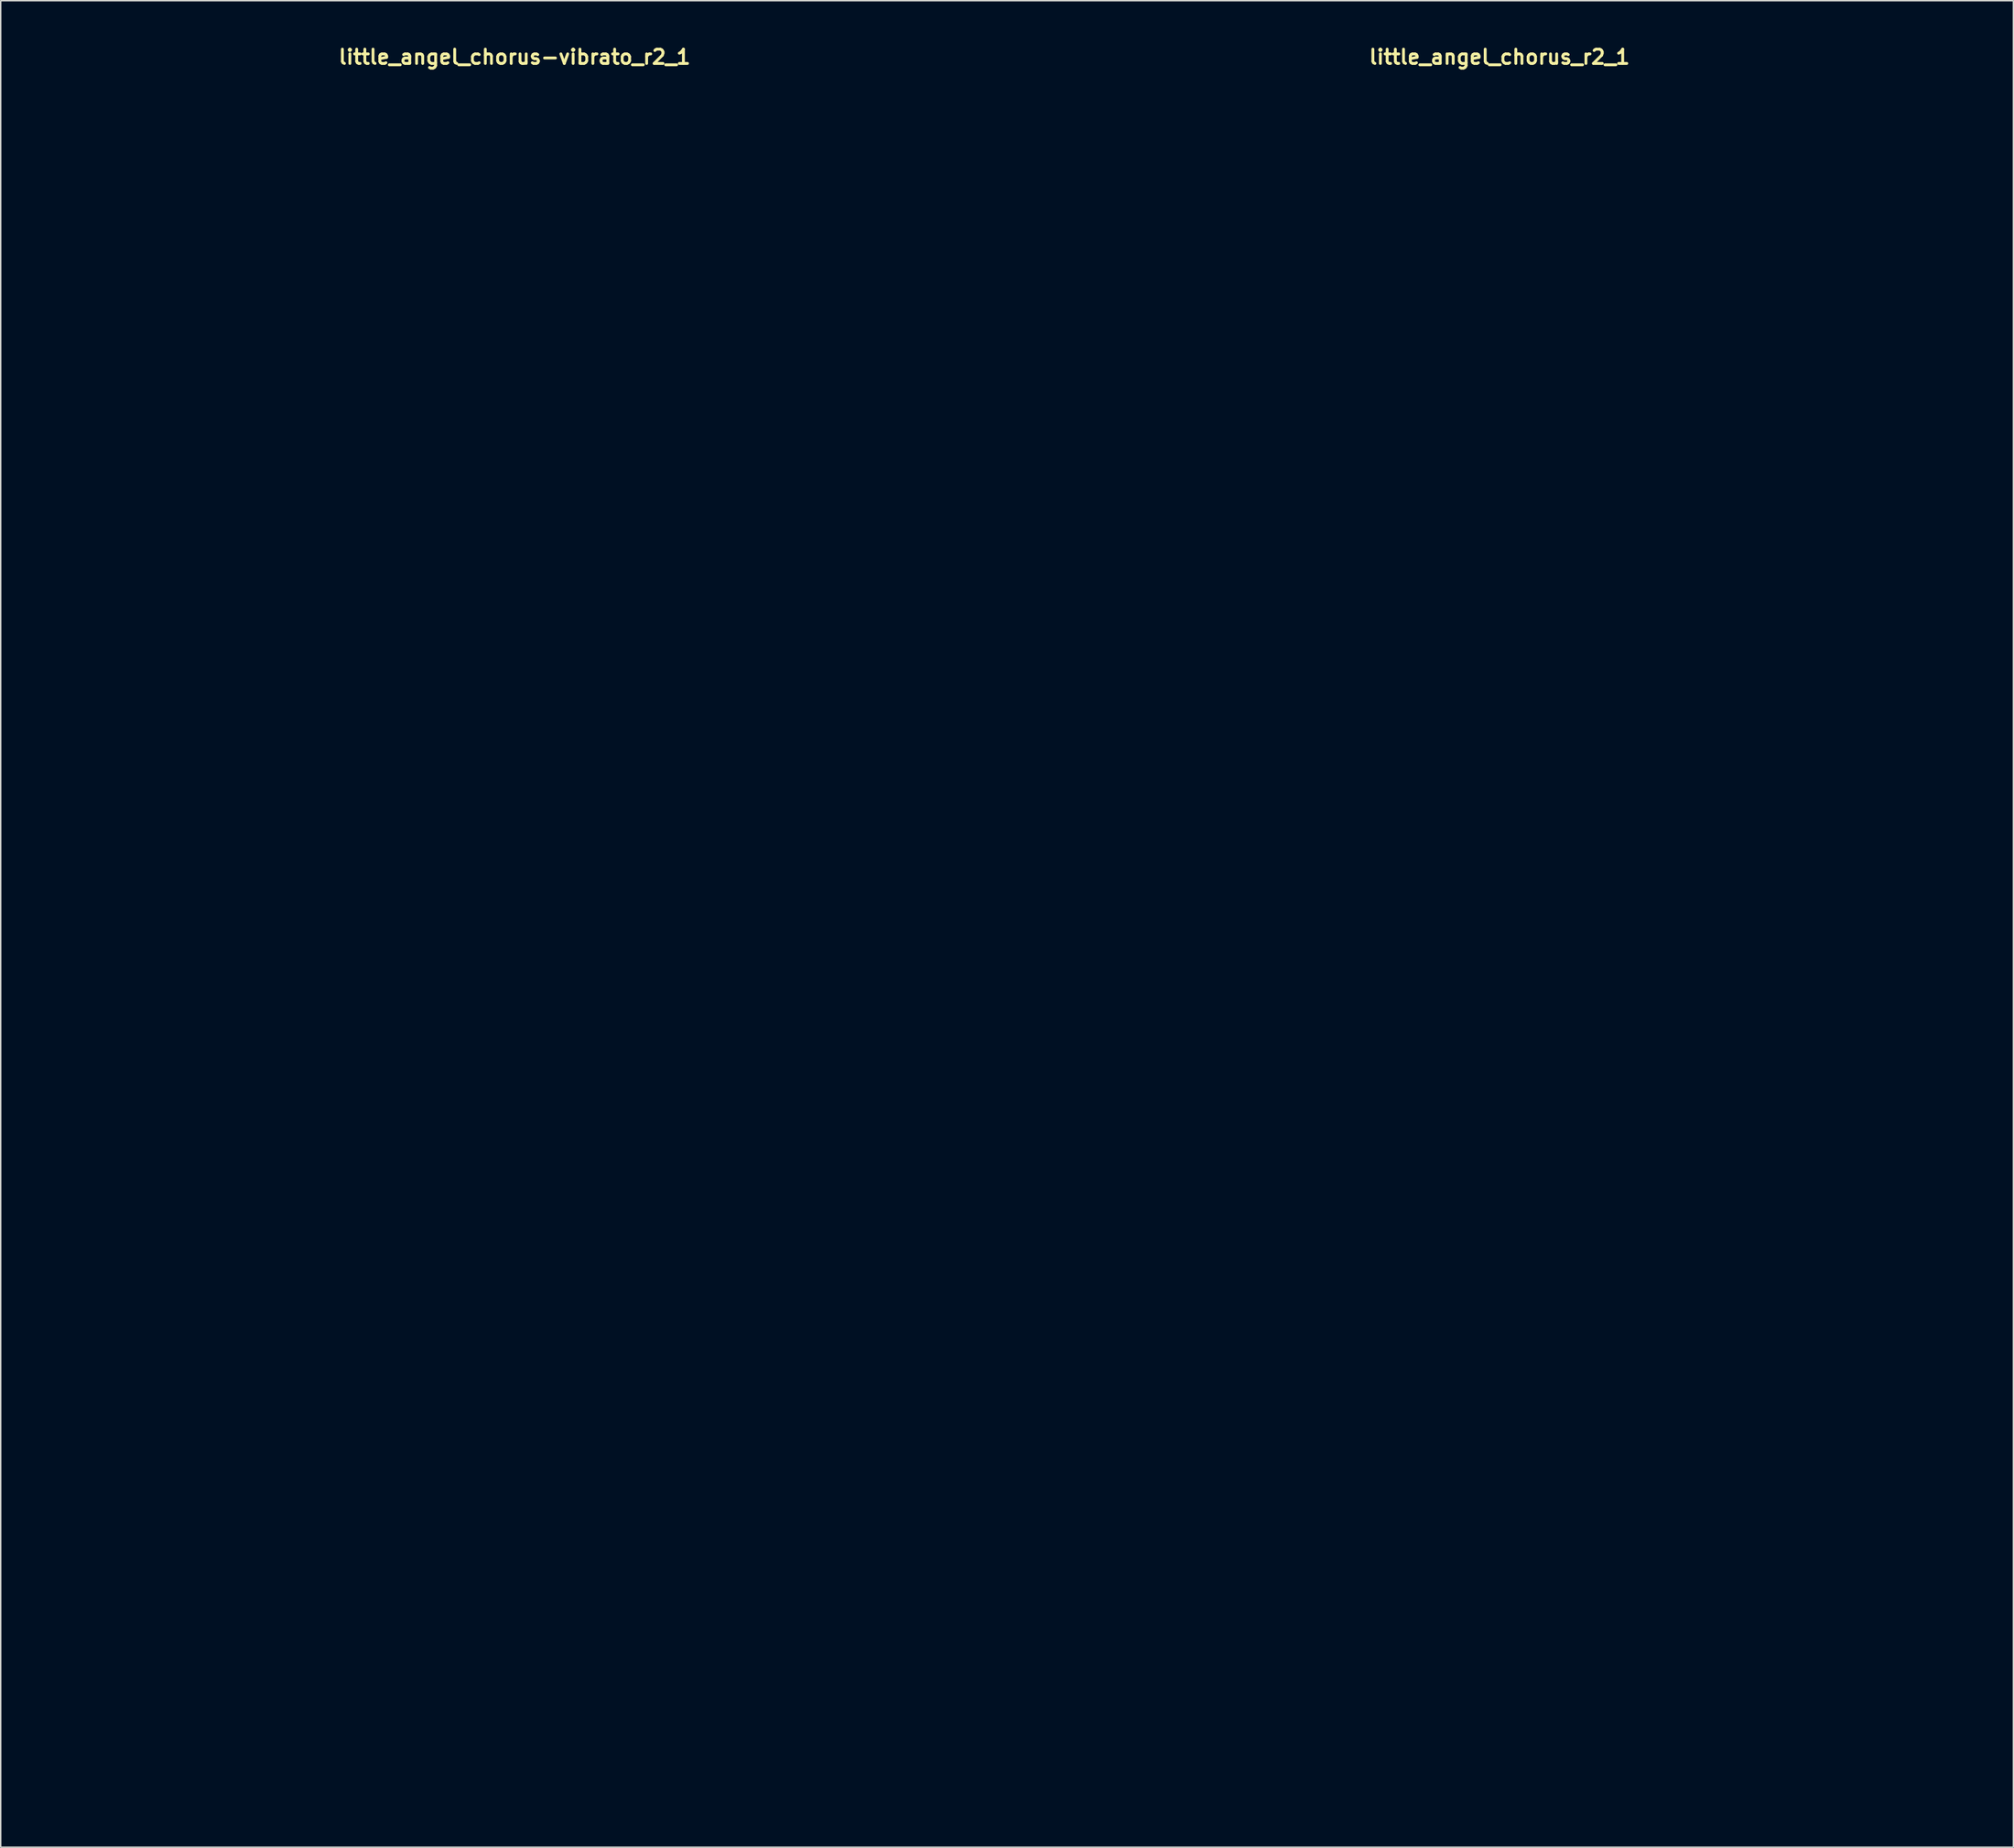
<source format=kicad_pcb>
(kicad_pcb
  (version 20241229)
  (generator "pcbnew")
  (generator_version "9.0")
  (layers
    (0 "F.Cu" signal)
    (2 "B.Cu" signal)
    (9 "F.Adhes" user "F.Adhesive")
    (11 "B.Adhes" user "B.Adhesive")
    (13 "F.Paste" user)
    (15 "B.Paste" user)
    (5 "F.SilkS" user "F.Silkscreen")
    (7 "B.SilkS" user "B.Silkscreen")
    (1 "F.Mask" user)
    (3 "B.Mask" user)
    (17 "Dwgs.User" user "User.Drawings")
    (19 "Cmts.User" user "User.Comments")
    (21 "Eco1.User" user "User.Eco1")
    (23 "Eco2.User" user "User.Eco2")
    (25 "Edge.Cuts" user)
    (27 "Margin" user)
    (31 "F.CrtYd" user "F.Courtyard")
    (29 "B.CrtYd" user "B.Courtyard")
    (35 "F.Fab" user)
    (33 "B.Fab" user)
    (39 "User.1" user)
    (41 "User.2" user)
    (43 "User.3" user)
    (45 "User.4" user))
  (footprint "little_angel_chorus_r2_1"
    (layer "F.Cu")
    (at 101.85 62.404)
    (property "Reference" "little_angel_chorus_r2_1" (at 0 -61.468 0) (layer "F.SilkS") (effects (font (size 1 1) (thickness 0.2))))
    (attr through_hole)
    (fp_line (start -32.75 -60.6) (end -32.75 60.6) (stroke (width 0.4) (type solid)) (layer "Eco1.User"))
    (fp_line (start -32.75 -60.6) (end 32.75 -60.6) (stroke (width 0.4) (type solid)) (layer "Eco1.User"))
    (fp_line (start -32.75 60.6) (end 32.75 60.6) (stroke (width 0.4) (type solid)) (layer "Eco1.User"))
    (fp_line (start -31.15 -59) (end -31.15 59) (stroke (width 0.4) (type solid)) (layer "Eco1.User"))
    (fp_line (start -31.15 -59) (end 31.15 -59) (stroke (width 0.4) (type solid)) (layer "Eco1.User"))
    (fp_line (start -31.15 59) (end 31.15 59) (stroke (width 0.4) (type solid)) (layer "Eco1.User"))
    (fp_line (start 31.15 -59) (end 31.15 59) (stroke (width 0.4) (type solid)) (layer "Eco1.User"))
    (fp_line (start 32.75 -60.6) (end 32.75 60.6) (stroke (width 0.4) (type solid)) (layer "Eco1.User"))
    (fp_circle (center -24.57 -1.27) (end -23.07 -1.27) (stroke (width 0.4) (type solid)) (fill no) (layer "Eco1.User"))
    (fp_circle (center -24.57 -1.27) (end -21.07 -1.27) (stroke (width 0.4) (type solid)) (fill no) (layer "Eco1.User"))
    (fp_circle (center -15.24 -31.55) (end -11.54 -31.55) (stroke (width 0.4) (type solid)) (fill no) (layer "Eco1.User"))
    (fp_circle (center -15.24 -31.55) (end -5.74 -31.55) (stroke (width 0.4) (type solid)) (fill no) (layer "Eco1.User"))
    (fp_circle (center 0 35.56) (end 6.5 35.56) (stroke (width 0.4) (type solid)) (fill no) (layer "Eco1.User"))
    (fp_circle (center 0 35.56) (end 9.75 35.56) (stroke (width 0.4) (type solid)) (fill no) (layer "Eco1.User"))
    (fp_circle (center 0 52.07) (end 2.65 52.07) (stroke (width 0.4) (type solid)) (fill no) (layer "Eco1.User"))
    (fp_circle (center 15.24 -31.55) (end 18.94 -31.55) (stroke (width 0.4) (type solid)) (fill no) (layer "Eco1.User"))
    (fp_circle (center 15.24 -31.55) (end 24.74 -31.55) (stroke (width 0.4) (type solid)) (fill no) (layer "Eco1.User"))
    (fp_circle (center 24.57 -1.27) (end 26.07 -1.27) (stroke (width 0.4) (type solid)) (fill no) (layer "Eco1.User"))
    (fp_circle (center 24.57 -1.27) (end 28.07 -1.27) (stroke (width 0.4) (type solid)) (fill no) (layer "Eco1.User")))
  (footprint "little_angel_chorus-vibrato_r2_1"
    (layer "F.Cu")
    (at 32.95 62.404)
    (property "Reference" "little_angel_chorus-vibrato_r2_1" (at 0 -61.468 0) (layer "F.SilkS") (effects (font (size 1 1) (thickness 0.2))))
    (attr through_hole)
    (fp_line (start -32.75 -60.6) (end -32.75 60.6) (stroke (width 0.4) (type solid)) (layer "Eco1.User"))
    (fp_line (start -32.75 -60.6) (end 32.75 -60.6) (stroke (width 0.4) (type solid)) (layer "Eco1.User"))
    (fp_line (start -32.75 60.6) (end 32.75 60.6) (stroke (width 0.4) (type solid)) (layer "Eco1.User"))
    (fp_line (start -31.15 -59) (end -31.15 59) (stroke (width 0.4) (type solid)) (layer "Eco1.User"))
    (fp_line (start -31.15 -59) (end 31.15 -59) (stroke (width 0.4) (type solid)) (layer "Eco1.User"))
    (fp_line (start -31.15 59) (end 31.15 59) (stroke (width 0.4) (type solid)) (layer "Eco1.User"))
    (fp_line (start 31.15 -59) (end 31.15 59) (stroke (width 0.4) (type solid)) (layer "Eco1.User"))
    (fp_line (start 32.75 -60.6) (end 32.75 60.6) (stroke (width 0.4) (type solid)) (layer "Eco1.User"))
    (fp_circle (center -24.57 -1.27) (end -23.07 -1.27) (stroke (width 0.4) (type solid)) (fill no) (layer "Eco1.User"))
    (fp_circle (center -24.57 -1.27) (end -21.07 -1.27) (stroke (width 0.4) (type solid)) (fill no) (layer "Eco1.User"))
    (fp_circle (center -15.24 -31.55) (end -11.54 -31.55) (stroke (width 0.4) (type solid)) (fill no) (layer "Eco1.User"))
    (fp_circle (center -15.24 -31.55) (end -5.74 -31.55) (stroke (width 0.4) (type solid)) (fill no) (layer "Eco1.User"))
    (fp_circle (center -12.285 -1.27) (end -9.285 -1.27) (stroke (width 0.4) (type solid)) (fill no) (layer "Eco1.User"))
    (fp_circle (center 0 -1.27) (end 1.5 -1.27) (stroke (width 0.4) (type solid)) (fill no) (layer "Eco1.User"))
    (fp_circle (center 0 -1.27) (end 3.5 -1.27) (stroke (width 0.4) (type solid)) (fill no) (layer "Eco1.User"))
    (fp_circle (center 0 35.56) (end 6.5 35.56) (stroke (width 0.4) (type solid)) (fill no) (layer "Eco1.User"))
    (fp_circle (center 0 35.56) (end 9.75 35.56) (stroke (width 0.4) (type solid)) (fill no) (layer "Eco1.User"))
    (fp_circle (center 0 52.07) (end 2.65 52.07) (stroke (width 0.4) (type solid)) (fill no) (layer "Eco1.User"))
    (fp_circle (center 12.285 -1.27) (end 15.285 -1.27) (stroke (width 0.4) (type solid)) (fill no) (layer "Eco1.User"))
    (fp_circle (center 15.24 -31.55) (end 18.94 -31.55) (stroke (width 0.4) (type solid)) (fill no) (layer "Eco1.User"))
    (fp_circle (center 15.24 -31.55) (end 24.74 -31.55) (stroke (width 0.4) (type solid)) (fill no) (layer "Eco1.User"))
    (fp_circle (center 24.57 -1.27) (end 26.07 -1.27) (stroke (width 0.4) (type solid)) (fill no) (layer "Eco1.User"))
    (fp_circle (center 24.57 -1.27) (end 28.07 -1.27) (stroke (width 0.4) (type solid)) (fill no) (layer "Eco1.User")))
  (gr_rect
    (start -3 -3)
    (end 137.8 126.204)
    (stroke (width 0.1) (type default))
    (fill no)
    (layer "Edge.Cuts")))
</source>
